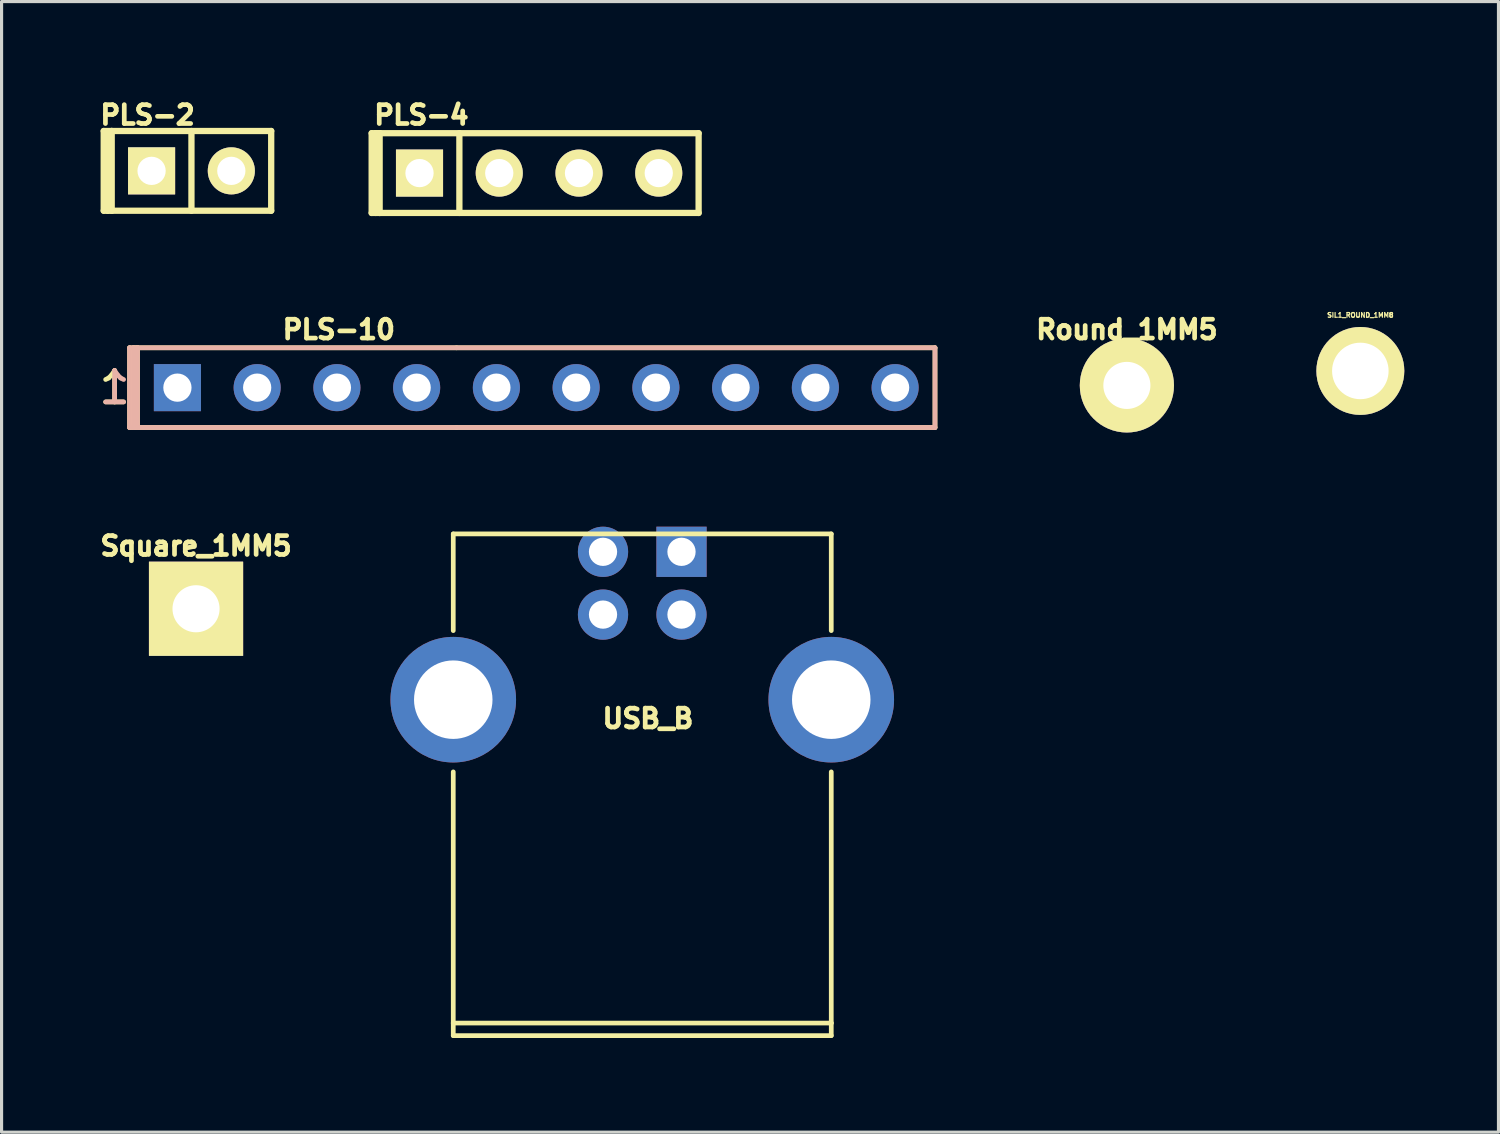
<source format=kicad_pcb>
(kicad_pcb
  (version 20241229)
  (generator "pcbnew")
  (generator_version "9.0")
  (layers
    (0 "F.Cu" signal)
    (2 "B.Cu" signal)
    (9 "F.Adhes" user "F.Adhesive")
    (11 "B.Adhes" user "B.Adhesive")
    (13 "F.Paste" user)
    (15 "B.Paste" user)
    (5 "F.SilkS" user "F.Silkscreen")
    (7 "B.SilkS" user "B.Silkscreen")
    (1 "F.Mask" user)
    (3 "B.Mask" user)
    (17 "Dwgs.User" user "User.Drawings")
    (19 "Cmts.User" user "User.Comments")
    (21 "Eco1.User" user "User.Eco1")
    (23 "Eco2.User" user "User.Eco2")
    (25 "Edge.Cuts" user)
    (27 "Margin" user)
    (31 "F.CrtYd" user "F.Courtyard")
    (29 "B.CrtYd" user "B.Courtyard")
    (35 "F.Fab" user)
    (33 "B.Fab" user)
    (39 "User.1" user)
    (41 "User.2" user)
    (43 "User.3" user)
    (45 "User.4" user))
  (footprint "PLS-10"
    (layer "F.Cu")
    (at 14.031 9.297)
    (property "Reference" "PLS-10" (at -6.289 -1.849 0) (layer "F.SilkS") (effects (font (size 0.6 0.6) (thickness 0.15))))
    (attr through_hole)
    (fp_line (start -12.954 -1.27) (end -12.7 -1.27) (stroke (width 0.15) (type solid)) (layer "F.SilkS"))
    (fp_line (start -12.954 1.27) (end -12.954 -1.27) (stroke (width 0.15) (type solid)) (layer "F.SilkS"))
    (fp_line (start -12.827 -1.27) (end -12.827 1.27) (stroke (width 0.15) (type solid)) (layer "F.SilkS"))
    (fp_line (start -12.7 -1.27) (end -12.827 -1.27) (stroke (width 0.15) (type solid)) (layer "F.SilkS"))
    (fp_line (start -12.7 -1.27) (end -2.54 -1.27) (stroke (width 0.15) (type solid)) (layer "F.SilkS"))
    (fp_line (start -12.7 1.27) (end -12.954 1.27) (stroke (width 0.15) (type solid)) (layer "F.SilkS"))
    (fp_line (start -12.7 1.27) (end -12.7 -1.27) (stroke (width 0.15) (type solid)) (layer "F.SilkS"))
    (fp_line (start -2.54 -1.27) (end 12.7 -1.27) (stroke (width 0.15) (type solid)) (layer "F.SilkS"))
    (fp_line (start -2.54 1.27) (end -12.7 1.27) (stroke (width 0.15) (type solid)) (layer "F.SilkS"))
    (fp_line (start 12.7 -1.27) (end 12.7 1.27) (stroke (width 0.15) (type solid)) (layer "F.SilkS"))
    (fp_line (start 12.7 1.27) (end -2.54 1.27) (stroke (width 0.15) (type solid)) (layer "F.SilkS"))
    (fp_line (start -12.954 -1.27) (end -12.954 1.27) (stroke (width 0.15) (type solid)) (layer "B.SilkS"))
    (fp_line (start -12.954 1.27) (end -12.827 1.27) (stroke (width 0.15) (type solid)) (layer "B.SilkS"))
    (fp_line (start -12.827 -1.27) (end -12.954 -1.27) (stroke (width 0.15) (type solid)) (layer "B.SilkS"))
    (fp_line (start -12.827 -1.27) (end -12.7 -1.27) (stroke (width 0.15) (type solid)) (layer "B.SilkS"))
    (fp_line (start -12.827 1.27) (end -12.827 -1.27) (stroke (width 0.15) (type solid)) (layer "B.SilkS"))
    (fp_line (start -12.7 -1.27) (end 12.7 -1.27) (stroke (width 0.15) (type solid)) (layer "B.SilkS"))
    (fp_line (start -12.7 1.27) (end -12.827 1.27) (stroke (width 0.15) (type solid)) (layer "B.SilkS"))
    (fp_line (start -12.7 1.27) (end -12.7 -1.27) (stroke (width 0.15) (type solid)) (layer "B.SilkS"))
    (fp_line (start 12.7 -1.27) (end 12.7 1.27) (stroke (width 0.15) (type solid)) (layer "B.SilkS"))
    (fp_line (start 12.7 1.27) (end -12.7 1.27) (stroke (width 0.15) (type solid)) (layer "B.SilkS"))
    (fp_text user "1" (at -13.43 0 0) (layer "F.SilkS") (effects (font (size 1 1) (thickness 0.15))))
    (fp_text user "1" (at -13.43 0 0) (layer "B.SilkS") (effects (font (size 1 1) (thickness 0.15)) (justify mirror)))
    (pad "1" thru_hole rect (at -11.43 0) (size 1.5 1.5) (drill 0.9) (layers "*.Cu" "*.Mask"))
    (pad "2" thru_hole circle (at -8.89 0) (size 1.5 1.5) (drill 0.9) (layers "*.Cu" "*.Mask"))
    (pad "3" thru_hole circle (at -6.35 0) (size 1.5 1.5) (drill 0.9) (layers "*.Cu" "*.Mask"))
    (pad "4" thru_hole circle (at -3.81 0) (size 1.5 1.5) (drill 0.9) (layers "*.Cu" "*.Mask"))
    (pad "5" thru_hole circle (at -1.27 0) (size 1.5 1.5) (drill 0.9) (layers "*.Cu" "*.Mask"))
    (pad "6" thru_hole circle (at 1.27 0) (size 1.5 1.5) (drill 0.9) (layers "*.Cu" "*.Mask"))
    (pad "7" thru_hole circle (at 3.81 0) (size 1.5 1.5) (drill 0.9) (layers "*.Cu" "*.Mask"))
    (pad "8" thru_hole circle (at 6.35 0) (size 1.5 1.5) (drill 0.9) (layers "*.Cu" "*.Mask"))
    (pad "9" thru_hole circle (at 8.89 0) (size 1.5 1.5) (drill 0.9) (layers "*.Cu" "*.Mask"))
    (pad "10" thru_hole circle (at 11.43 0) (size 1.5 1.5) (drill 0.9) (layers "*.Cu" "*.Mask")))
  (footprint "Round_1MM5"
    (layer "F.Cu")
    (at 32.843 9.226)
    (property "Reference" "Round_1MM5" (at 0 -1.778 0) (layer "F.SilkS") (effects (font (size 0.6 0.6) (thickness 0.15))))
    (attr through_hole)
    (pad "1" thru_hole circle (at 0 0) (size 3 3) (drill 1.5) (layers "*.Cu" "*.Mask" "F.SilkS")))
  (footprint "USB_B"
    (layer "F.Cu")
    (at 11.387 19.236)
    (property "Reference" "USB_B" (at 6.2 0.6 0) (layer "F.SilkS") (effects (font (size 0.6 0.6) (thickness 0.15))))
    (attr through_hole)
    (fp_line (start 0 -5.28) (end 12.04 -5.28) (stroke (width 0.15) (type solid)) (layer "F.SilkS"))
    (fp_line (start 0 -2.2) (end 0 -5.28) (stroke (width 0.15) (type solid)) (layer "F.SilkS"))
    (fp_line (start 0 2.3) (end 0 10.3) (stroke (width 0.15) (type solid)) (layer "F.SilkS"))
    (fp_line (start 0 10.3) (end 0 10.7) (stroke (width 0.15) (type solid)) (layer "F.SilkS"))
    (fp_line (start 0 10.3) (end 12.04 10.3) (stroke (width 0.15) (type solid)) (layer "F.SilkS"))
    (fp_line (start 0 10.7) (end 12.04 10.7) (stroke (width 0.15) (type solid)) (layer "F.SilkS"))
    (fp_line (start 12.04 -5.28) (end 12.04 -2.2) (stroke (width 0.15) (type solid)) (layer "F.SilkS"))
    (fp_line (start 12.04 10.3) (end 12.04 2.3) (stroke (width 0.15) (type solid)) (layer "F.SilkS"))
    (fp_line (start 12.04 10.7) (end 12.04 10.3) (stroke (width 0.15) (type solid)) (layer "F.SilkS"))
    (pad "1" thru_hole rect (at 7.27 -4.71) (size 1.6 1.6) (drill 0.9) (layers "*.Cu" "*.Mask"))
    (pad "2" thru_hole circle (at 4.77 -4.71) (size 1.6 1.6) (drill 0.9) (layers "*.Cu" "*.Mask"))
    (pad "3" thru_hole circle (at 4.77 -2.71) (size 1.6 1.6) (drill 0.9) (layers "*.Cu" "*.Mask"))
    (pad "4" thru_hole circle (at 7.27 -2.71) (size 1.6 1.6) (drill 0.9) (layers "*.Cu" "*.Mask"))
    (pad "H" thru_hole circle (at 0 0) (size 4 4) (drill 2.5) (layers "*.Cu" "*.Mask"))
    (pad "H" thru_hole circle (at 12.04 0) (size 4 4) (drill 2.5) (layers "*.Cu" "*.Mask")))
  (footprint "SIL1_ROUND_1MM8"
    (layer "F.Cu")
    (at 40.279 8.765)
    (property "Reference" "SIL1_ROUND_1MM8" (at 0 -1.778 0) (layer "F.SilkS") (effects (font (size 0.15 0.15) (thickness 0.038))))
    (attr through_hole)
    (pad "1" thru_hole circle (at 0 0) (size 2.8 2.8) (drill 1.8) (layers "*.Cu" "*.Mask" "F.SilkS")))
  (footprint "PLS-4"
    (layer "F.Cu")
    (at 14.122 2.463)
    (property "Reference" "PLS-4" (at -3.749 -1.849 0) (layer "F.SilkS") (effects (font (size 0.6 0.6) (thickness 0.15))))
    (attr through_hole)
    (fp_line (start -5.334 -1.27) (end -5.08 -1.27) (stroke (width 0.2) (type solid)) (layer "F.SilkS"))
    (fp_line (start -5.334 1.27) (end -5.334 -1.27) (stroke (width 0.2) (type solid)) (layer "F.SilkS"))
    (fp_line (start -5.207 -1.27) (end -5.207 1.27) (stroke (width 0.2) (type solid)) (layer "F.SilkS"))
    (fp_line (start -5.08 -1.27) (end -5.207 -1.27) (stroke (width 0.2) (type solid)) (layer "F.SilkS"))
    (fp_line (start -5.08 -1.27) (end 5.08 -1.27) (stroke (width 0.2) (type solid)) (layer "F.SilkS"))
    (fp_line (start -5.08 1.27) (end -5.334 1.27) (stroke (width 0.2) (type solid)) (layer "F.SilkS"))
    (fp_line (start -5.08 1.27) (end -5.08 -1.27) (stroke (width 0.2) (type solid)) (layer "F.SilkS"))
    (fp_line (start -2.54 -1.27) (end -2.54 1.27) (stroke (width 0.2) (type solid)) (layer "F.SilkS"))
    (fp_line (start 5.08 -1.27) (end 5.08 1.27) (stroke (width 0.2) (type solid)) (layer "F.SilkS"))
    (fp_line (start 5.08 1.27) (end -5.08 1.27) (stroke (width 0.2) (type solid)) (layer "F.SilkS"))
    (pad "1" thru_hole rect (at -3.81 0) (size 1.5 1.5) (drill 0.9) (layers "*.Cu" "*.Mask" "F.SilkS"))
    (pad "2" thru_hole circle (at -1.27 0) (size 1.5 1.5) (drill 0.9) (layers "*.Cu" "*.Mask" "F.SilkS"))
    (pad "3" thru_hole circle (at 1.27 0) (size 1.5 1.5) (drill 0.9) (layers "*.Cu" "*.Mask" "F.SilkS"))
    (pad "4" thru_hole circle (at 3.81 0) (size 1.5 1.5) (drill 0.9) (layers "*.Cu" "*.Mask" "F.SilkS")))
  (footprint "PLS-2"
    (layer "F.Cu")
    (at 3.048 2.392)
    (property "Reference" "PLS-2" (at -1.397 -1.778 0) (layer "F.SilkS") (effects (font (size 0.6 0.6) (thickness 0.15))))
    (attr through_hole)
    (fp_line (start -2.794 -1.27) (end -2.794 1.27) (stroke (width 0.2) (type solid)) (layer "F.SilkS"))
    (fp_line (start -2.794 1.27) (end -2.667 1.27) (stroke (width 0.2) (type solid)) (layer "F.SilkS"))
    (fp_line (start -2.667 1.27) (end -2.667 -1.143) (stroke (width 0.2) (type solid)) (layer "F.SilkS"))
    (fp_line (start -2.667 1.27) (end -2.54 1.27) (stroke (width 0.2) (type solid)) (layer "F.SilkS"))
    (fp_line (start -2.54 -1.27) (end -2.794 -1.27) (stroke (width 0.2) (type solid)) (layer "F.SilkS"))
    (fp_line (start -2.54 1.27) (end -2.54 -1.27) (stroke (width 0.2) (type solid)) (layer "F.SilkS"))
    (fp_line (start 0 -1.27) (end 0 1.27) (stroke (width 0.2) (type solid)) (layer "F.SilkS"))
    (fp_line (start 2.54 -1.27) (end -2.54 -1.27) (stroke (width 0.2) (type solid)) (layer "F.SilkS"))
    (fp_line (start 2.54 -1.27) (end 2.54 1.27) (stroke (width 0.2) (type solid)) (layer "F.SilkS"))
    (fp_line (start 2.54 1.27) (end -2.54 1.27) (stroke (width 0.2) (type solid)) (layer "F.SilkS"))
    (pad "1" thru_hole rect (at -1.27 0) (size 1.5 1.5) (drill 0.9) (layers "*.Cu" "*.Mask" "F.SilkS"))
    (pad "2" thru_hole circle (at 1.27 0) (size 1.5 1.5) (drill 0.9) (layers "*.Cu" "*.Mask" "F.SilkS")))
  (footprint "Square_1MM5"
    (layer "F.Cu")
    (at 3.194 16.34)
    (property "Reference" "Square_1MM5" (at 0 -2 0) (layer "F.SilkS") (effects (font (size 0.6 0.6) (thickness 0.15))))
    (attr through_hole)
    (pad "1" thru_hole rect (at 0 0) (size 3 3) (drill 1.5) (layers "*.Cu" "*.Mask" "F.SilkS")))
  (gr_rect
    (start -3 -3)
    (end 44.679 33.011)
    (stroke (width 0.1) (type default))
    (fill no)
    (layer "Edge.Cuts")))
</source>
